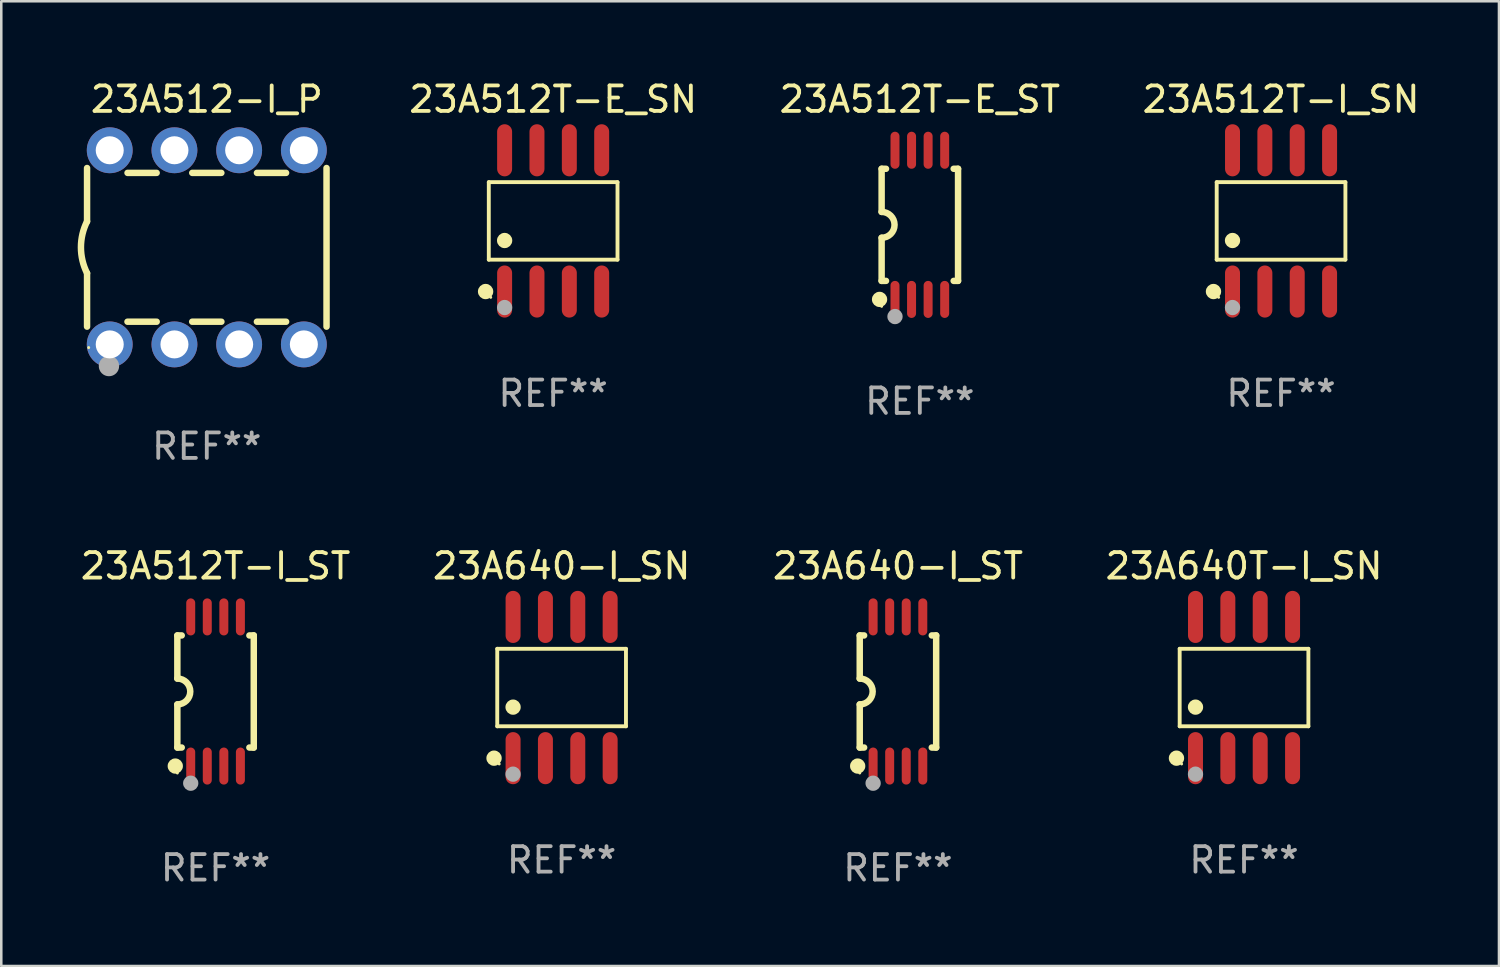
<source format=kicad_pcb>
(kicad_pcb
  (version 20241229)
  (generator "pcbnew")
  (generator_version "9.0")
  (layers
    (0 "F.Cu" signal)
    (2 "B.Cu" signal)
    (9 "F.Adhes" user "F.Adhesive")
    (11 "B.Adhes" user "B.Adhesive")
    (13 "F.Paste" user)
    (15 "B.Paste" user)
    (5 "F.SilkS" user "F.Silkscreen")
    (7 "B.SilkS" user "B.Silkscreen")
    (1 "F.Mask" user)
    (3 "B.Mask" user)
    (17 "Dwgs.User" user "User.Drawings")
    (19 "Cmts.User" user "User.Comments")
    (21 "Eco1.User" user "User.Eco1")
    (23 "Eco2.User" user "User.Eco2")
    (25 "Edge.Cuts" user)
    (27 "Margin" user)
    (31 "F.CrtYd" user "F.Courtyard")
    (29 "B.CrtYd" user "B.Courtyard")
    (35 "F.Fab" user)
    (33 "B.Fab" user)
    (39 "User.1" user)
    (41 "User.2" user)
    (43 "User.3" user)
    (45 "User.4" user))
  (footprint "23A512T-I_ST"
    (layer "F.Cu")
    (at 5.411 24.092)
    (property "Reference" "23A512T-I_ST" (at 0 -4.927 0) (layer "F.SilkS") (effects (font (size 1 1) (thickness 0.15))))
    (attr through_hole)
    (fp_line (start -1.5 -2.2) (end -1.5 -0.508) (stroke (width 0.254) (type solid)) (layer "F.SilkS"))
    (fp_line (start -1.5 -2.2) (end -1.328 -2.2) (stroke (width 0.254) (type solid)) (layer "F.SilkS"))
    (fp_line (start -1.5 2.2) (end -1.5 0.508) (stroke (width 0.254) (type solid)) (layer "F.SilkS"))
    (fp_line (start -1.5 2.2) (end -1.328 2.2) (stroke (width 0.254) (type solid)) (layer "F.SilkS"))
    (fp_line (start 1.328 -2.2) (end 1.5 -2.2) (stroke (width 0.254) (type solid)) (layer "F.SilkS"))
    (fp_line (start 1.328 2.2) (end 1.5 2.2) (stroke (width 0.254) (type solid)) (layer "F.SilkS"))
    (fp_line (start 1.5 -2.2) (end 1.5 2.2) (stroke (width 0.254) (type solid)) (layer "F.SilkS"))
    (fp_arc (start -1.501144 -0.508) (mid -0.993143 -0.000571) (end -1.5 0.508001) (stroke (width 0.254001) (type solid)) (layer "F.SilkS"))
    (fp_circle (center -1.581 2.927) (end -1.431 2.927) (stroke (width 0.3) (type solid)) (fill no) (layer "F.SilkS"))
    (fp_circle (center -1.5 3.2) (end -1.47 3.2) (stroke (width 0.06) (type solid)) (fill no) (layer "F.SilkS"))
    (fp_circle (center -0.975 3.6) (end -0.825 3.6) (stroke (width 0.3) (type solid)) (fill no) (layer "F.Fab"))
    (fp_text user "REF**" (at 0 6.927 0) (layer "F.Fab") (effects (font (size 1 1) (thickness 0.15))))
    (pad "1" smd oval (at -0.975 2.927) (size 0.353 1.454) (layers "F.Cu" "F.Mask" "F.Paste"))
    (pad "2" smd oval (at -0.325 2.927) (size 0.353 1.454) (layers "F.Cu" "F.Mask" "F.Paste"))
    (pad "3" smd oval (at 0.325 2.927) (size 0.353 1.454) (layers "F.Cu" "F.Mask" "F.Paste"))
    (pad "4" smd oval (at 0.975 2.927) (size 0.353 1.454) (layers "F.Cu" "F.Mask" "F.Paste"))
    (pad "5" smd oval (at 0.975 -2.927) (size 0.353 1.454) (layers "F.Cu" "F.Mask" "F.Paste"))
    (pad "6" smd oval (at 0.325 -2.927) (size 0.353 1.454) (layers "F.Cu" "F.Mask" "F.Paste"))
    (pad "7" smd oval (at -0.325 -2.927) (size 0.353 1.454) (layers "F.Cu" "F.Mask" "F.Paste"))
    (pad "8" smd oval (at -0.975 -2.927) (size 0.353 1.454) (layers "F.Cu" "F.Mask" "F.Paste")))
  (footprint "23A512-I_P"
    (layer "F.Cu")
    (at 5.067 6.658)
    (property "Reference" "23A512-I_P" (at 0 -5.81 0) (layer "F.SilkS") (effects (font (size 1 1) (thickness 0.15))))
    (attr through_hole)
    (fp_line (start -4.7 -1.017) (end -4.7 -3.113) (stroke (width 0.254) (type solid)) (layer "F.SilkS"))
    (fp_line (start -4.7 1.015) (end -4.7 3.113) (stroke (width 0.254) (type solid)) (layer "F.SilkS"))
    (fp_line (start -3.113 2.92) (end -1.967 2.92) (stroke (width 0.254) (type solid)) (layer "F.SilkS"))
    (fp_line (start -3.111 -2.922) (end -1.969 -2.922) (stroke (width 0.254) (type solid)) (layer "F.SilkS"))
    (fp_line (start -0.573 2.92) (end 0.573 2.92) (stroke (width 0.254) (type solid)) (layer "F.SilkS"))
    (fp_line (start -0.571 -2.922) (end 0.571 -2.922) (stroke (width 0.254) (type solid)) (layer "F.SilkS"))
    (fp_line (start 1.967 2.92) (end 3.113 2.92) (stroke (width 0.254) (type solid)) (layer "F.SilkS"))
    (fp_line (start 1.969 -2.922) (end 3.111 -2.922) (stroke (width 0.254) (type solid)) (layer "F.SilkS"))
    (fp_line (start 4.7 -3.113) (end 4.7 3.113) (stroke (width 0.254) (type solid)) (layer "F.SilkS"))
    (fp_arc (start -4.7 1.01524) (mid -4.939846 -0.000762) (end -4.7 -1.016764) (stroke (width 0.254001) (type solid)) (layer "F.SilkS"))
    (fp_circle (center -4.636 3.935) (end -4.606 3.935) (stroke (width 0.06) (type solid)) (fill no) (layer "F.SilkS"))
    (fp_circle (center -3.84 4.66) (end -3.64 4.66) (stroke (width 0.4) (type solid)) (fill no) (layer "F.Fab"))
    (fp_text user "REF**" (at 0 7.81 0) (layer "F.Fab") (effects (font (size 1 1) (thickness 0.15))))
    (pad "1" thru_hole circle (at -3.81 3.81) (size 1.8 1.8) (drill 1.1) (layers "*.Cu" "*.Mask"))
    (pad "2" thru_hole circle (at -1.27 3.81) (size 1.8 1.8) (drill 1.1) (layers "*.Cu" "*.Mask"))
    (pad "3" thru_hole circle (at 1.27 3.81) (size 1.8 1.8) (drill 1.1) (layers "*.Cu" "*.Mask"))
    (pad "4" thru_hole circle (at 3.81 3.81) (size 1.8 1.8) (drill 1.1) (layers "*.Cu" "*.Mask"))
    (pad "5" thru_hole circle (at 3.81 -3.81) (size 1.8 1.8) (drill 1.1) (layers "*.Cu" "*.Mask"))
    (pad "6" thru_hole circle (at 1.27 -3.81) (size 1.8 1.8) (drill 1.1) (layers "*.Cu" "*.Mask"))
    (pad "7" thru_hole circle (at -1.27 -3.81) (size 1.8 1.8) (drill 1.1) (layers "*.Cu" "*.Mask"))
    (pad "8" thru_hole circle (at -3.81 -3.81) (size 1.8 1.8) (drill 1.1) (layers "*.Cu" "*.Mask")))
  (footprint "23A512T-I_SN"
    (layer "F.Cu")
    (at 47.233 5.621)
    (property "Reference" "23A512T-I_SN" (at 0 -4.772 0) (layer "F.SilkS") (effects (font (size 1 1) (thickness 0.15))))
    (attr through_hole)
    (fp_line (start -2.526 -1.521) (end 2.526 -1.521) (stroke (width 0.152) (type solid)) (layer "F.SilkS"))
    (fp_line (start -2.526 1.521) (end -2.526 -1.521) (stroke (width 0.152) (type solid)) (layer "F.SilkS"))
    (fp_line (start 2.526 -1.521) (end 2.526 1.521) (stroke (width 0.152) (type solid)) (layer "F.SilkS"))
    (fp_line (start 2.526 1.521) (end -2.526 1.521) (stroke (width 0.152) (type solid)) (layer "F.SilkS"))
    (fp_circle (center -2.652 2.772) (end -2.501 2.772) (stroke (width 0.3) (type solid)) (fill no) (layer "F.SilkS"))
    (fp_circle (center -2.45 3) (end -2.42 3) (stroke (width 0.06) (type solid)) (fill no) (layer "F.SilkS"))
    (fp_circle (center -1.905 0.769) (end -1.755 0.769) (stroke (width 0.3) (type solid)) (fill no) (layer "F.SilkS"))
    (fp_circle (center -1.905 3.4) (end -1.755 3.4) (stroke (width 0.3) (type solid)) (fill no) (layer "F.Fab"))
    (fp_text user "REF**" (at 0 6.772 0) (layer "F.Fab") (effects (font (size 1 1) (thickness 0.15))))
    (pad "1" smd oval (at -1.905 2.772) (size 0.588 2.045) (layers "F.Cu" "F.Mask" "F.Paste"))
    (pad "2" smd oval (at -0.635 2.772) (size 0.588 2.045) (layers "F.Cu" "F.Mask" "F.Paste"))
    (pad "3" smd oval (at 0.635 2.772) (size 0.588 2.045) (layers "F.Cu" "F.Mask" "F.Paste"))
    (pad "4" smd oval (at 1.905 2.772) (size 0.588 2.045) (layers "F.Cu" "F.Mask" "F.Paste"))
    (pad "5" smd oval (at 1.905 -2.772) (size 0.588 2.045) (layers "F.Cu" "F.Mask" "F.Paste"))
    (pad "6" smd oval (at 0.635 -2.772) (size 0.588 2.045) (layers "F.Cu" "F.Mask" "F.Paste"))
    (pad "7" smd oval (at -0.635 -2.772) (size 0.588 2.045) (layers "F.Cu" "F.Mask" "F.Paste"))
    (pad "8" smd oval (at -1.905 -2.772) (size 0.588 2.045) (layers "F.Cu" "F.Mask" "F.Paste")))
  (footprint "23A512T-E_ST"
    (layer "F.Cu")
    (at 33.055 5.775)
    (property "Reference" "23A512T-E_ST" (at 0 -4.927 0) (layer "F.SilkS") (effects (font (size 1 1) (thickness 0.15))))
    (attr through_hole)
    (fp_line (start -1.5 -2.2) (end -1.5 -0.508) (stroke (width 0.254) (type solid)) (layer "F.SilkS"))
    (fp_line (start -1.5 -2.2) (end -1.328 -2.2) (stroke (width 0.254) (type solid)) (layer "F.SilkS"))
    (fp_line (start -1.5 2.2) (end -1.5 0.508) (stroke (width 0.254) (type solid)) (layer "F.SilkS"))
    (fp_line (start -1.5 2.2) (end -1.328 2.2) (stroke (width 0.254) (type solid)) (layer "F.SilkS"))
    (fp_line (start 1.328 -2.2) (end 1.5 -2.2) (stroke (width 0.254) (type solid)) (layer "F.SilkS"))
    (fp_line (start 1.328 2.2) (end 1.5 2.2) (stroke (width 0.254) (type solid)) (layer "F.SilkS"))
    (fp_line (start 1.5 -2.2) (end 1.5 2.2) (stroke (width 0.254) (type solid)) (layer "F.SilkS"))
    (fp_arc (start -1.501144 -0.508) (mid -0.993143 -0.000571) (end -1.5 0.508001) (stroke (width 0.254001) (type solid)) (layer "F.SilkS"))
    (fp_circle (center -1.581 2.927) (end -1.431 2.927) (stroke (width 0.3) (type solid)) (fill no) (layer "F.SilkS"))
    (fp_circle (center -1.5 3.2) (end -1.47 3.2) (stroke (width 0.06) (type solid)) (fill no) (layer "F.SilkS"))
    (fp_circle (center -0.975 3.6) (end -0.825 3.6) (stroke (width 0.3) (type solid)) (fill no) (layer "F.Fab"))
    (fp_text user "REF**" (at 0 6.927 0) (layer "F.Fab") (effects (font (size 1 1) (thickness 0.15))))
    (pad "1" smd oval (at -0.975 2.927) (size 0.353 1.454) (layers "F.Cu" "F.Mask" "F.Paste"))
    (pad "2" smd oval (at -0.325 2.927) (size 0.353 1.454) (layers "F.Cu" "F.Mask" "F.Paste"))
    (pad "3" smd oval (at 0.325 2.927) (size 0.353 1.454) (layers "F.Cu" "F.Mask" "F.Paste"))
    (pad "4" smd oval (at 0.975 2.927) (size 0.353 1.454) (layers "F.Cu" "F.Mask" "F.Paste"))
    (pad "5" smd oval (at 0.975 -2.927) (size 0.353 1.454) (layers "F.Cu" "F.Mask" "F.Paste"))
    (pad "6" smd oval (at 0.325 -2.927) (size 0.353 1.454) (layers "F.Cu" "F.Mask" "F.Paste"))
    (pad "7" smd oval (at -0.325 -2.927) (size 0.353 1.454) (layers "F.Cu" "F.Mask" "F.Paste"))
    (pad "8" smd oval (at -0.975 -2.927) (size 0.353 1.454) (layers "F.Cu" "F.Mask" "F.Paste")))
  (footprint "23A640-I_SN"
    (layer "F.Cu")
    (at 18.994 23.937)
    (property "Reference" "23A640-I_SN" (at 0 -4.772 0) (layer "F.SilkS") (effects (font (size 1 1) (thickness 0.15))))
    (attr through_hole)
    (fp_line (start -2.526 -1.521) (end 2.526 -1.521) (stroke (width 0.152) (type solid)) (layer "F.SilkS"))
    (fp_line (start -2.526 1.521) (end -2.526 -1.521) (stroke (width 0.152) (type solid)) (layer "F.SilkS"))
    (fp_line (start 2.526 -1.521) (end 2.526 1.521) (stroke (width 0.152) (type solid)) (layer "F.SilkS"))
    (fp_line (start 2.526 1.521) (end -2.526 1.521) (stroke (width 0.152) (type solid)) (layer "F.SilkS"))
    (fp_circle (center -2.652 2.772) (end -2.501 2.772) (stroke (width 0.3) (type solid)) (fill no) (layer "F.SilkS"))
    (fp_circle (center -2.45 3) (end -2.42 3) (stroke (width 0.06) (type solid)) (fill no) (layer "F.SilkS"))
    (fp_circle (center -1.905 0.769) (end -1.755 0.769) (stroke (width 0.3) (type solid)) (fill no) (layer "F.SilkS"))
    (fp_circle (center -1.905 3.4) (end -1.755 3.4) (stroke (width 0.3) (type solid)) (fill no) (layer "F.Fab"))
    (fp_text user "REF**" (at 0 6.772 0) (layer "F.Fab") (effects (font (size 1 1) (thickness 0.15))))
    (pad "1" smd oval (at -1.905 2.772) (size 0.588 2.045) (layers "F.Cu" "F.Mask" "F.Paste"))
    (pad "2" smd oval (at -0.635 2.772) (size 0.588 2.045) (layers "F.Cu" "F.Mask" "F.Paste"))
    (pad "3" smd oval (at 0.635 2.772) (size 0.588 2.045) (layers "F.Cu" "F.Mask" "F.Paste"))
    (pad "4" smd oval (at 1.905 2.772) (size 0.588 2.045) (layers "F.Cu" "F.Mask" "F.Paste"))
    (pad "5" smd oval (at 1.905 -2.772) (size 0.588 2.045) (layers "F.Cu" "F.Mask" "F.Paste"))
    (pad "6" smd oval (at 0.635 -2.772) (size 0.588 2.045) (layers "F.Cu" "F.Mask" "F.Paste"))
    (pad "7" smd oval (at -0.635 -2.772) (size 0.588 2.045) (layers "F.Cu" "F.Mask" "F.Paste"))
    (pad "8" smd oval (at -1.905 -2.772) (size 0.588 2.045) (layers "F.Cu" "F.Mask" "F.Paste")))
  (footprint "23A640-I_ST"
    (layer "F.Cu")
    (at 32.196 24.092)
    (property "Reference" "23A640-I_ST" (at 0 -4.927 0) (layer "F.SilkS") (effects (font (size 1 1) (thickness 0.15))))
    (attr through_hole)
    (fp_line (start -1.5 -2.2) (end -1.5 -0.508) (stroke (width 0.254) (type solid)) (layer "F.SilkS"))
    (fp_line (start -1.5 -2.2) (end -1.328 -2.2) (stroke (width 0.254) (type solid)) (layer "F.SilkS"))
    (fp_line (start -1.5 2.2) (end -1.5 0.508) (stroke (width 0.254) (type solid)) (layer "F.SilkS"))
    (fp_line (start -1.5 2.2) (end -1.328 2.2) (stroke (width 0.254) (type solid)) (layer "F.SilkS"))
    (fp_line (start 1.328 -2.2) (end 1.5 -2.2) (stroke (width 0.254) (type solid)) (layer "F.SilkS"))
    (fp_line (start 1.328 2.2) (end 1.5 2.2) (stroke (width 0.254) (type solid)) (layer "F.SilkS"))
    (fp_line (start 1.5 -2.2) (end 1.5 2.2) (stroke (width 0.254) (type solid)) (layer "F.SilkS"))
    (fp_arc (start -1.501144 -0.508) (mid -0.993143 -0.000571) (end -1.5 0.508001) (stroke (width 0.254001) (type solid)) (layer "F.SilkS"))
    (fp_circle (center -1.581 2.927) (end -1.431 2.927) (stroke (width 0.3) (type solid)) (fill no) (layer "F.SilkS"))
    (fp_circle (center -1.5 3.2) (end -1.47 3.2) (stroke (width 0.06) (type solid)) (fill no) (layer "F.SilkS"))
    (fp_circle (center -0.975 3.6) (end -0.825 3.6) (stroke (width 0.3) (type solid)) (fill no) (layer "F.Fab"))
    (fp_text user "REF**" (at 0 6.927 0) (layer "F.Fab") (effects (font (size 1 1) (thickness 0.15))))
    (pad "1" smd oval (at -0.975 2.927) (size 0.353 1.454) (layers "F.Cu" "F.Mask" "F.Paste"))
    (pad "2" smd oval (at -0.325 2.927) (size 0.353 1.454) (layers "F.Cu" "F.Mask" "F.Paste"))
    (pad "3" smd oval (at 0.325 2.927) (size 0.353 1.454) (layers "F.Cu" "F.Mask" "F.Paste"))
    (pad "4" smd oval (at 0.975 2.927) (size 0.353 1.454) (layers "F.Cu" "F.Mask" "F.Paste"))
    (pad "5" smd oval (at 0.975 -2.927) (size 0.353 1.454) (layers "F.Cu" "F.Mask" "F.Paste"))
    (pad "6" smd oval (at 0.325 -2.927) (size 0.353 1.454) (layers "F.Cu" "F.Mask" "F.Paste"))
    (pad "7" smd oval (at -0.325 -2.927) (size 0.353 1.454) (layers "F.Cu" "F.Mask" "F.Paste"))
    (pad "8" smd oval (at -0.975 -2.927) (size 0.353 1.454) (layers "F.Cu" "F.Mask" "F.Paste")))
  (footprint "23A640T-I_SN"
    (layer "F.Cu")
    (at 45.78 23.937)
    (property "Reference" "23A640T-I_SN" (at 0 -4.772 0) (layer "F.SilkS") (effects (font (size 1 1) (thickness 0.15))))
    (attr through_hole)
    (fp_line (start -2.526 -1.521) (end 2.526 -1.521) (stroke (width 0.152) (type solid)) (layer "F.SilkS"))
    (fp_line (start -2.526 1.521) (end -2.526 -1.521) (stroke (width 0.152) (type solid)) (layer "F.SilkS"))
    (fp_line (start 2.526 -1.521) (end 2.526 1.521) (stroke (width 0.152) (type solid)) (layer "F.SilkS"))
    (fp_line (start 2.526 1.521) (end -2.526 1.521) (stroke (width 0.152) (type solid)) (layer "F.SilkS"))
    (fp_circle (center -2.652 2.772) (end -2.501 2.772) (stroke (width 0.3) (type solid)) (fill no) (layer "F.SilkS"))
    (fp_circle (center -2.45 3) (end -2.42 3) (stroke (width 0.06) (type solid)) (fill no) (layer "F.SilkS"))
    (fp_circle (center -1.905 0.769) (end -1.755 0.769) (stroke (width 0.3) (type solid)) (fill no) (layer "F.SilkS"))
    (fp_circle (center -1.905 3.4) (end -1.755 3.4) (stroke (width 0.3) (type solid)) (fill no) (layer "F.Fab"))
    (fp_text user "REF**" (at 0 6.772 0) (layer "F.Fab") (effects (font (size 1 1) (thickness 0.15))))
    (pad "1" smd oval (at -1.905 2.772) (size 0.588 2.045) (layers "F.Cu" "F.Mask" "F.Paste"))
    (pad "2" smd oval (at -0.635 2.772) (size 0.588 2.045) (layers "F.Cu" "F.Mask" "F.Paste"))
    (pad "3" smd oval (at 0.635 2.772) (size 0.588 2.045) (layers "F.Cu" "F.Mask" "F.Paste"))
    (pad "4" smd oval (at 1.905 2.772) (size 0.588 2.045) (layers "F.Cu" "F.Mask" "F.Paste"))
    (pad "5" smd oval (at 1.905 -2.772) (size 0.588 2.045) (layers "F.Cu" "F.Mask" "F.Paste"))
    (pad "6" smd oval (at 0.635 -2.772) (size 0.588 2.045) (layers "F.Cu" "F.Mask" "F.Paste"))
    (pad "7" smd oval (at -0.635 -2.772) (size 0.588 2.045) (layers "F.Cu" "F.Mask" "F.Paste"))
    (pad "8" smd oval (at -1.905 -2.772) (size 0.588 2.045) (layers "F.Cu" "F.Mask" "F.Paste")))
  (footprint "23A512T-E_SN"
    (layer "F.Cu")
    (at 18.662 5.621)
    (property "Reference" "23A512T-E_SN" (at 0 -4.772 0) (layer "F.SilkS") (effects (font (size 1 1) (thickness 0.15))))
    (attr through_hole)
    (fp_line (start -2.526 -1.521) (end 2.526 -1.521) (stroke (width 0.152) (type solid)) (layer "F.SilkS"))
    (fp_line (start -2.526 1.521) (end -2.526 -1.521) (stroke (width 0.152) (type solid)) (layer "F.SilkS"))
    (fp_line (start 2.526 -1.521) (end 2.526 1.521) (stroke (width 0.152) (type solid)) (layer "F.SilkS"))
    (fp_line (start 2.526 1.521) (end -2.526 1.521) (stroke (width 0.152) (type solid)) (layer "F.SilkS"))
    (fp_circle (center -2.652 2.772) (end -2.501 2.772) (stroke (width 0.3) (type solid)) (fill no) (layer "F.SilkS"))
    (fp_circle (center -2.45 3) (end -2.42 3) (stroke (width 0.06) (type solid)) (fill no) (layer "F.SilkS"))
    (fp_circle (center -1.905 0.769) (end -1.755 0.769) (stroke (width 0.3) (type solid)) (fill no) (layer "F.SilkS"))
    (fp_circle (center -1.905 3.4) (end -1.755 3.4) (stroke (width 0.3) (type solid)) (fill no) (layer "F.Fab"))
    (fp_text user "REF**" (at 0 6.772 0) (layer "F.Fab") (effects (font (size 1 1) (thickness 0.15))))
    (pad "1" smd oval (at -1.905 2.772) (size 0.588 2.045) (layers "F.Cu" "F.Mask" "F.Paste"))
    (pad "2" smd oval (at -0.635 2.772) (size 0.588 2.045) (layers "F.Cu" "F.Mask" "F.Paste"))
    (pad "3" smd oval (at 0.635 2.772) (size 0.588 2.045) (layers "F.Cu" "F.Mask" "F.Paste"))
    (pad "4" smd oval (at 1.905 2.772) (size 0.588 2.045) (layers "F.Cu" "F.Mask" "F.Paste"))
    (pad "5" smd oval (at 1.905 -2.772) (size 0.588 2.045) (layers "F.Cu" "F.Mask" "F.Paste"))
    (pad "6" smd oval (at 0.635 -2.772) (size 0.588 2.045) (layers "F.Cu" "F.Mask" "F.Paste"))
    (pad "7" smd oval (at -0.635 -2.772) (size 0.588 2.045) (layers "F.Cu" "F.Mask" "F.Paste"))
    (pad "8" smd oval (at -1.905 -2.772) (size 0.588 2.045) (layers "F.Cu" "F.Mask" "F.Paste")))
  (gr_rect
    (start -3 -3)
    (end 55.787 34.867)
    (stroke (width 0.1) (type default))
    (fill no)
    (layer "Edge.Cuts")))
</source>
